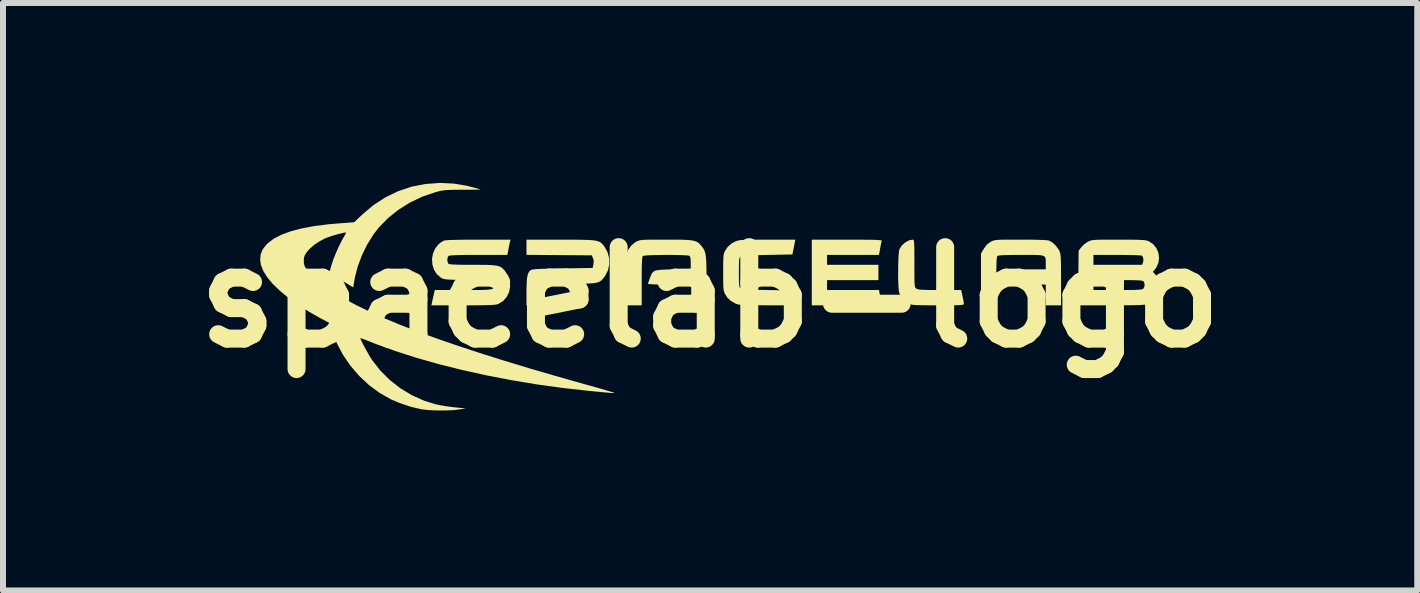
<source format=kicad_pcb>
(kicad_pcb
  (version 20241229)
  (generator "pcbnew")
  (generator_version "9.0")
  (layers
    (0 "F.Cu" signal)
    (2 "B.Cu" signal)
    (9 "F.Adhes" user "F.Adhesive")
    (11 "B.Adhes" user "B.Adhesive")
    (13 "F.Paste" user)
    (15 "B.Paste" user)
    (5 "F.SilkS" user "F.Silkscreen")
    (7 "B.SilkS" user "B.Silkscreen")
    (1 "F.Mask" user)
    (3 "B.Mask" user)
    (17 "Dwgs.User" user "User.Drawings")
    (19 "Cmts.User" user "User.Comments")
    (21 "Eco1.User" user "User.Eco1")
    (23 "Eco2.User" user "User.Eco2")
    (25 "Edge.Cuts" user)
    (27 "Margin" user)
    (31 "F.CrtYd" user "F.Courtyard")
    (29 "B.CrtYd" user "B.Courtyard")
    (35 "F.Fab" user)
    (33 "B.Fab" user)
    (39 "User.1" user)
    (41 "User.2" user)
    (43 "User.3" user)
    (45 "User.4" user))
  (footprint "spacelab-logo"
    (layer "F.Cu")
    (at 8.788 1.905)
    (property "Reference" "spacelab-logo" (at 0 0 0) (layer "F.SilkS") (effects (font (size 1.524 1.524) (thickness 0.3))))
    (attr board_only exclude_from_pos_files exclude_from_bom)
    (fp_poly (pts (xy 2.436 -0.96) (xy 2.562 -0.959) (xy 2.662 -0.958) (xy 2.739 -0.957) (xy 2.796 -0.954) (xy 2.833 -0.951) (xy 2.855 -0.947) (xy 2.862 -0.943) (xy 2.862 -0.941) (xy 2.856 -0.918) (xy 2.846 -0.874) (xy 2.836 -0.819) (xy 2.835 -0.814) (xy 2.816 -0.705) (xy 1.95 -0.705) (xy 1.95 -0.54) (xy 2.806 -0.54) (xy 2.806 -0.285) (xy 1.95 -0.285) (xy 1.95 -0.12) (xy 2.816 -0.12) (xy 2.835 -0.011) (xy 2.846 0.045) (xy 2.855 0.09) (xy 2.861 0.115) (xy 2.862 0.116) (xy 2.858 0.121) (xy 2.84 0.125) (xy 2.807 0.128) (xy 2.756 0.131) (xy 2.684 0.133) (xy 2.59 0.134) (xy 2.471 0.135) (xy 2.325 0.135) (xy 2.282 0.135) (xy 1.695 0.135) (xy 1.695 -0.96) (xy 2.282 -0.96)) (stroke (width 0) (type solid)) (fill yes) (layer "F.SilkS"))
    (fp_poly (pts (xy -2.494 -0.96) (xy -2.338 -0.96) (xy -2.209 -0.959) (xy -2.104 -0.957) (xy -2.02 -0.954) (xy -1.954 -0.949) (xy -1.903 -0.942) (xy -1.864 -0.932) (xy -1.835 -0.919) (xy -1.811 -0.902) (xy -1.79 -0.881) (xy -1.77 -0.856) (xy -1.766 -0.85) (xy -1.712 -0.757) (xy -1.684 -0.655) (xy -1.681 -0.549) (xy -1.703 -0.447) (xy -1.751 -0.354) (xy -1.76 -0.342) (xy -1.785 -0.31) (xy -1.808 -0.285) (xy -1.833 -0.265) (xy -1.864 -0.25) (xy -1.904 -0.24) (xy -1.957 -0.233) (xy -2.026 -0.228) (xy -2.115 -0.226) (xy -2.227 -0.225) (xy -2.352 -0.225) (xy -2.791 -0.225) (xy -2.791 0.135) (xy -3.061 0.135) (xy -3.061 -0.098) (xy -3.059 -0.205) (xy -3.055 -0.287) (xy -3.047 -0.348) (xy -3.035 -0.393) (xy -3.017 -0.426) (xy -2.993 -0.45) (xy -2.981 -0.456) (xy -2.96 -0.462) (xy -2.927 -0.466) (xy -2.879 -0.47) (xy -2.812 -0.473) (xy -2.725 -0.475) (xy -2.614 -0.478) (xy -2.476 -0.48) (xy -2.462 -0.48) (xy -1.958 -0.488) (xy -1.945 -0.549) (xy -1.94 -0.608) (xy -1.953 -0.654) (xy -1.973 -0.698) (xy -3.061 -0.706) (xy -3.061 -0.96)) (stroke (width 0) (type solid)) (fill yes) (layer "F.SilkS"))
    (fp_poly (pts (xy 3.385 -0.959) (xy 3.392 -0.953) (xy 3.397 -0.94) (xy 3.401 -0.915) (xy 3.403 -0.875) (xy 3.405 -0.818) (xy 3.405 -0.739) (xy 3.406 -0.636) (xy 3.406 -0.563) (xy 3.406 -0.444) (xy 3.406 -0.351) (xy 3.407 -0.281) (xy 3.409 -0.231) (xy 3.412 -0.196) (xy 3.416 -0.173) (xy 3.422 -0.159) (xy 3.431 -0.15) (xy 3.439 -0.143) (xy 3.454 -0.136) (xy 3.478 -0.13) (xy 3.513 -0.126) (xy 3.564 -0.123) (xy 3.634 -0.121) (xy 3.728 -0.12) (xy 3.829 -0.12) (xy 4.185 -0.12) (xy 4.193 -0.086) (xy 4.211 -0.003) (xy 4.223 0.055) (xy 4.229 0.092) (xy 4.23 0.109) (xy 4.229 0.116) (xy 4.221 0.122) (xy 4.205 0.127) (xy 4.177 0.13) (xy 4.133 0.133) (xy 4.071 0.134) (xy 3.988 0.135) (xy 3.879 0.135) (xy 3.799 0.135) (xy 3.674 0.135) (xy 3.574 0.134) (xy 3.497 0.133) (xy 3.439 0.131) (xy 3.396 0.128) (xy 3.364 0.124) (xy 3.34 0.118) (xy 3.319 0.11) (xy 3.304 0.103) (xy 3.229 0.05) (xy 3.174 -0.025) (xy 3.153 -0.074) (xy 3.146 -0.11) (xy 3.141 -0.169) (xy 3.137 -0.246) (xy 3.135 -0.335) (xy 3.135 -0.43) (xy 3.136 -0.526) (xy 3.138 -0.615) (xy 3.142 -0.694) (xy 3.148 -0.755) (xy 3.154 -0.794) (xy 3.156 -0.799) (xy 3.195 -0.861) (xy 3.251 -0.912) (xy 3.315 -0.948) (xy 3.377 -0.96)) (stroke (width 0) (type solid)) (fill yes) (layer "F.SilkS"))
    (fp_poly (pts (xy 1.372 -0.713) (xy 0.951 -0.705) (xy 0.819 -0.702) (xy 0.716 -0.7) (xy 0.636 -0.696) (xy 0.578 -0.692) (xy 0.538 -0.688) (xy 0.514 -0.682) (xy 0.505 -0.677) (xy 0.495 -0.665) (xy 0.489 -0.646) (xy 0.484 -0.613) (xy 0.482 -0.563) (xy 0.48 -0.492) (xy 0.48 -0.413) (xy 0.48 -0.32) (xy 0.482 -0.252) (xy 0.485 -0.206) (xy 0.49 -0.175) (xy 0.497 -0.157) (xy 0.505 -0.148) (xy 0.519 -0.142) (xy 0.547 -0.136) (xy 0.592 -0.132) (xy 0.656 -0.128) (xy 0.742 -0.125) (xy 0.854 -0.122) (xy 0.951 -0.12) (xy 1.372 -0.113) (xy 1.396 0.011) (xy 1.421 0.135) (xy 0.954 0.135) (xy 0.823 0.134) (xy 0.717 0.134) (xy 0.635 0.133) (xy 0.572 0.131) (xy 0.525 0.128) (xy 0.489 0.124) (xy 0.462 0.119) (xy 0.44 0.112) (xy 0.42 0.104) (xy 0.344 0.06) (xy 0.287 0.006) (xy 0.25 -0.053) (xy 0.239 -0.075) (xy 0.231 -0.099) (xy 0.225 -0.128) (xy 0.221 -0.168) (xy 0.219 -0.224) (xy 0.218 -0.3) (xy 0.218 -0.4) (xy 0.218 -0.413) (xy 0.218 -0.516) (xy 0.219 -0.594) (xy 0.221 -0.651) (xy 0.224 -0.693) (xy 0.23 -0.724) (xy 0.238 -0.748) (xy 0.248 -0.77) (xy 0.25 -0.773) (xy 0.297 -0.843) (xy 0.357 -0.895) (xy 0.42 -0.929) (xy 0.441 -0.938) (xy 0.463 -0.944) (xy 0.49 -0.95) (xy 0.525 -0.954) (xy 0.573 -0.956) (xy 0.636 -0.958) (xy 0.719 -0.959) (xy 0.825 -0.96) (xy 0.954 -0.96) (xy 1.421 -0.96)) (stroke (width 0) (type solid)) (fill yes) (layer "F.SilkS"))
    (fp_poly (pts (xy 5.313 -0.96) (xy 5.43 -0.958) (xy 5.525 -0.955) (xy 5.595 -0.952) (xy 5.639 -0.947) (xy 5.651 -0.944) (xy 5.707 -0.912) (xy 5.762 -0.861) (xy 5.808 -0.8) (xy 5.823 -0.773) (xy 5.831 -0.752) (xy 5.837 -0.729) (xy 5.842 -0.698) (xy 5.846 -0.657) (xy 5.848 -0.601) (xy 5.85 -0.527) (xy 5.85 -0.431) (xy 5.851 -0.309) (xy 5.851 -0.289) (xy 5.851 0.135) (xy 5.596 0.135) (xy 5.596 -0.21) (xy 5.234 -0.21) (xy 5.117 -0.21) (xy 5.026 -0.211) (xy 4.96 -0.213) (xy 4.915 -0.216) (xy 4.889 -0.221) (xy 4.88 -0.226) (xy 4.88 -0.229) (xy 4.888 -0.253) (xy 4.902 -0.295) (xy 4.912 -0.326) (xy 4.928 -0.37) (xy 4.945 -0.404) (xy 4.967 -0.429) (xy 4.998 -0.446) (xy 5.042 -0.456) (xy 5.104 -0.462) (xy 5.187 -0.465) (xy 5.296 -0.465) (xy 5.306 -0.465) (xy 5.596 -0.465) (xy 5.596 -0.556) (xy 5.596 -0.6) (xy 5.595 -0.635) (xy 5.589 -0.661) (xy 5.574 -0.679) (xy 5.549 -0.692) (xy 5.508 -0.7) (xy 5.449 -0.704) (xy 5.369 -0.705) (xy 5.264 -0.705) (xy 5.186 -0.705) (xy 5.057 -0.705) (xy 4.957 -0.703) (xy 4.881 -0.701) (xy 4.83 -0.697) (xy 4.799 -0.692) (xy 4.789 -0.687) (xy 4.783 -0.672) (xy 4.778 -0.637) (xy 4.775 -0.581) (xy 4.773 -0.502) (xy 4.771 -0.396) (xy 4.771 -0.267) (xy 4.771 0.135) (xy 4.516 0.135) (xy 4.516 -0.729) (xy 4.565 -0.81) (xy 4.614 -0.877) (xy 4.672 -0.921) (xy 4.68 -0.925) (xy 4.7 -0.936) (xy 4.719 -0.943) (xy 4.743 -0.949) (xy 4.774 -0.954) (xy 4.815 -0.957) (xy 4.872 -0.959) (xy 4.947 -0.96) (xy 5.044 -0.96) (xy 5.168 -0.96) (xy 5.177 -0.96)) (stroke (width 0) (type solid)) (fill yes) (layer "F.SilkS"))
    (fp_poly (pts (xy -0.595 -0.96) (xy -0.486 -0.959) (xy -0.399 -0.956) (xy -0.331 -0.951) (xy -0.279 -0.943) (xy -0.24 -0.932) (xy -0.208 -0.916) (xy -0.182 -0.895) (xy -0.157 -0.869) (xy -0.139 -0.847) (xy -0.117 -0.819) (xy -0.099 -0.789) (xy -0.086 -0.756) (xy -0.076 -0.715) (xy -0.069 -0.661) (xy -0.064 -0.593) (xy -0.061 -0.505) (xy -0.06 -0.394) (xy -0.06 -0.272) (xy -0.06 0.135) (xy -0.315 0.135) (xy -0.315 -0.21) (xy -0.675 -0.21) (xy -0.781 -0.211) (xy -0.873 -0.212) (xy -0.948 -0.215) (xy -1.002 -0.218) (xy -1.031 -0.221) (xy -1.035 -0.224) (xy -1.03 -0.244) (xy -1.017 -0.283) (xy -1.003 -0.321) (xy -0.986 -0.365) (xy -0.97 -0.398) (xy -0.95 -0.422) (xy -0.922 -0.439) (xy -0.883 -0.45) (xy -0.827 -0.457) (xy -0.751 -0.461) (xy -0.651 -0.464) (xy -0.617 -0.465) (xy -0.323 -0.473) (xy -0.323 -0.574) (xy -0.325 -0.636) (xy -0.332 -0.673) (xy -0.345 -0.69) (xy -0.368 -0.696) (xy -0.415 -0.699) (xy -0.481 -0.702) (xy -0.562 -0.704) (xy -0.653 -0.705) (xy -0.747 -0.705) (xy -0.841 -0.704) (xy -0.929 -0.702) (xy -1.006 -0.7) (xy -1.068 -0.696) (xy -1.108 -0.691) (xy -1.122 -0.687) (xy -1.128 -0.672) (xy -1.133 -0.637) (xy -1.136 -0.581) (xy -1.139 -0.502) (xy -1.14 -0.396) (xy -1.14 -0.267) (xy -1.14 0.135) (xy -1.41 0.135) (xy -1.41 -0.259) (xy -1.409 -0.368) (xy -1.408 -0.47) (xy -1.405 -0.56) (xy -1.403 -0.634) (xy -1.399 -0.687) (xy -1.396 -0.712) (xy -1.364 -0.792) (xy -1.312 -0.864) (xy -1.246 -0.918) (xy -1.231 -0.926) (xy -1.21 -0.936) (xy -1.19 -0.944) (xy -1.165 -0.95) (xy -1.133 -0.954) (xy -1.09 -0.957) (xy -1.031 -0.959) (xy -0.954 -0.96) (xy -0.854 -0.96) (xy -0.731 -0.96)) (stroke (width 0) (type solid)) (fill yes) (layer "F.SilkS"))
    (fp_poly (pts (xy 6.811 -0.96) (xy 6.94 -0.96) (xy 7.043 -0.959) (xy 7.122 -0.958) (xy 7.183 -0.955) (xy 7.229 -0.952) (xy 7.262 -0.948) (xy 7.288 -0.942) (xy 7.308 -0.935) (xy 7.315 -0.932) (xy 7.387 -0.884) (xy 7.441 -0.817) (xy 7.474 -0.739) (xy 7.485 -0.654) (xy 7.473 -0.57) (xy 7.436 -0.491) (xy 7.418 -0.467) (xy 7.381 -0.422) (xy 7.419 -0.384) (xy 7.469 -0.314) (xy 7.496 -0.232) (xy 7.501 -0.144) (xy 7.483 -0.059) (xy 7.442 0.018) (xy 7.409 0.056) (xy 7.387 0.075) (xy 7.365 0.091) (xy 7.34 0.104) (xy 7.309 0.114) (xy 7.269 0.122) (xy 7.217 0.127) (xy 7.149 0.131) (xy 7.063 0.133) (xy 6.955 0.134) (xy 6.823 0.135) (xy 6.699 0.135) (xy 6.135 0.135) (xy 6.137 -0.12) (xy 6.391 -0.12) (xy 6.795 -0.12) (xy 6.918 -0.12) (xy 7.015 -0.121) (xy 7.088 -0.122) (xy 7.141 -0.125) (xy 7.179 -0.128) (xy 7.203 -0.133) (xy 7.217 -0.139) (xy 7.223 -0.144) (xy 7.244 -0.185) (xy 7.24 -0.235) (xy 7.231 -0.256) (xy 7.225 -0.265) (xy 7.215 -0.271) (xy 7.198 -0.276) (xy 7.17 -0.28) (xy 7.128 -0.282) (xy 7.068 -0.284) (xy 6.987 -0.285) (xy 6.882 -0.285) (xy 6.803 -0.285) (xy 6.391 -0.285) (xy 6.391 -0.12) (xy 6.137 -0.12) (xy 6.139 -0.321) (xy 6.143 -0.705) (xy 6.391 -0.705) (xy 6.391 -0.54) (xy 7.202 -0.54) (xy 7.217 -0.58) (xy 7.225 -0.627) (xy 7.215 -0.67) (xy 7.196 -0.694) (xy 7.177 -0.697) (xy 7.132 -0.699) (xy 7.065 -0.702) (xy 6.981 -0.703) (xy 6.884 -0.705) (xy 6.785 -0.705) (xy 6.391 -0.705) (xy 6.143 -0.705) (xy 6.144 -0.777) (xy 6.19 -0.835) (xy 6.233 -0.879) (xy 6.286 -0.918) (xy 6.302 -0.926) (xy 6.321 -0.936) (xy 6.342 -0.944) (xy 6.365 -0.95) (xy 6.397 -0.954) (xy 6.439 -0.957) (xy 6.497 -0.959) (xy 6.572 -0.959) (xy 6.671 -0.96) (xy 6.795 -0.96)) (stroke (width 0) (type solid)) (fill yes) (layer "F.SilkS"))
    (fp_poly (pts (xy -3.335 -0.926) (xy -3.343 -0.894) (xy -3.353 -0.844) (xy -3.362 -0.799) (xy -3.38 -0.705) (xy -3.862 -0.705) (xy -4.007 -0.705) (xy -4.124 -0.704) (xy -4.215 -0.702) (xy -4.283 -0.699) (xy -4.329 -0.696) (xy -4.355 -0.691) (xy -4.363 -0.687) (xy -4.376 -0.66) (xy -4.381 -0.623) (xy -4.375 -0.584) (xy -4.363 -0.558) (xy -4.347 -0.552) (xy -4.312 -0.547) (xy -4.255 -0.544) (xy -4.175 -0.542) (xy -4.068 -0.54) (xy -3.957 -0.54) (xy -3.829 -0.54) (xy -3.726 -0.539) (xy -3.646 -0.536) (xy -3.585 -0.53) (xy -3.538 -0.522) (xy -3.502 -0.51) (xy -3.474 -0.493) (xy -3.448 -0.47) (xy -3.423 -0.442) (xy -3.418 -0.436) (xy -3.366 -0.356) (xy -3.338 -0.267) (xy -3.334 -0.175) (xy -3.351 -0.087) (xy -3.39 -0.006) (xy -3.448 0.061) (xy -3.525 0.11) (xy -3.529 0.112) (xy -3.548 0.118) (xy -3.575 0.123) (xy -3.612 0.127) (xy -3.662 0.13) (xy -3.728 0.132) (xy -3.815 0.134) (xy -3.923 0.135) (xy -4.058 0.135) (xy -4.116 0.135) (xy -4.647 0.135) (xy -4.626 0.041) (xy -4.614 -0.014) (xy -4.603 -0.061) (xy -4.598 -0.086) (xy -4.59 -0.12) (xy -4.112 -0.12) (xy -3.974 -0.12) (xy -3.863 -0.12) (xy -3.776 -0.122) (xy -3.711 -0.125) (xy -3.664 -0.13) (xy -3.632 -0.138) (xy -3.613 -0.149) (xy -3.604 -0.164) (xy -3.601 -0.183) (xy -3.602 -0.208) (xy -3.603 -0.22) (xy -3.608 -0.278) (xy -4.021 -0.285) (xy -4.143 -0.287) (xy -4.239 -0.29) (xy -4.313 -0.292) (xy -4.367 -0.295) (xy -4.407 -0.299) (xy -4.436 -0.304) (xy -4.458 -0.311) (xy -4.476 -0.319) (xy -4.49 -0.328) (xy -4.557 -0.386) (xy -4.604 -0.461) (xy -4.63 -0.547) (xy -4.636 -0.638) (xy -4.62 -0.729) (xy -4.583 -0.813) (xy -4.529 -0.881) (xy -4.488 -0.914) (xy -4.447 -0.939) (xy -4.436 -0.944) (xy -4.408 -0.949) (xy -4.351 -0.953) (xy -4.267 -0.956) (xy -4.158 -0.958) (xy -4.024 -0.96) (xy -3.867 -0.96) (xy -3.327 -0.96)) (stroke (width 0) (type solid)) (fill yes) (layer "F.SilkS"))
    (fp_poly (pts (xy -4.27 -1.894) (xy -4.06 -1.859) (xy -3.93 -1.826) (xy -3.822 -1.793) (xy -4.128 -1.792) (xy -4.234 -1.791) (xy -4.316 -1.79) (xy -4.38 -1.787) (xy -4.432 -1.783) (xy -4.477 -1.776) (xy -4.523 -1.766) (xy -4.574 -1.752) (xy -4.579 -1.751) (xy -4.796 -1.677) (xy -5.003 -1.579) (xy -5.194 -1.459) (xy -5.368 -1.32) (xy -5.521 -1.164) (xy -5.611 -1.048) (xy -5.715 -0.882) (xy -5.804 -0.7) (xy -5.875 -0.51) (xy -5.923 -0.323) (xy -5.93 -0.281) (xy -5.95 -0.164) (xy -6.114 -0.263) (xy -6.18 -0.302) (xy -6.239 -0.339) (xy -6.285 -0.368) (xy -6.312 -0.387) (xy -6.313 -0.387) (xy -6.347 -0.413) (xy -6.309 -0.545) (xy -6.277 -0.64) (xy -6.233 -0.749) (xy -6.183 -0.859) (xy -6.132 -0.96) (xy -6.099 -1.016) (xy -6.079 -1.053) (xy -6.07 -1.076) (xy -6.072 -1.08) (xy -6.104 -1.075) (xy -6.157 -1.063) (xy -6.222 -1.046) (xy -6.289 -1.027) (xy -6.352 -1.006) (xy -6.402 -0.988) (xy -6.412 -0.984) (xy -6.51 -0.933) (xy -6.601 -0.872) (xy -6.678 -0.805) (xy -6.723 -0.753) (xy -6.755 -0.704) (xy -6.77 -0.661) (xy -6.774 -0.608) (xy -6.774 -0.606) (xy -6.771 -0.558) (xy -6.759 -0.518) (xy -6.735 -0.473) (xy -6.715 -0.443) (xy -6.643 -0.357) (xy -6.543 -0.266) (xy -6.416 -0.17) (xy -6.264 -0.07) (xy -6.087 0.033) (xy -5.887 0.138) (xy -5.666 0.245) (xy -5.424 0.353) (xy -5.162 0.462) (xy -4.883 0.57) (xy -4.866 0.576) (xy -4.55 0.691) (xy -4.209 0.808) (xy -3.842 0.929) (xy -3.448 1.053) (xy -3.027 1.181) (xy -2.577 1.312) (xy -2.099 1.448) (xy -2.012 1.472) (xy -1.908 1.501) (xy -1.814 1.528) (xy -1.732 1.552) (xy -1.668 1.571) (xy -1.624 1.584) (xy -1.606 1.591) (xy -1.6 1.594) (xy -1.598 1.597) (xy -1.604 1.598) (xy -1.62 1.598) (xy -1.649 1.596) (xy -1.695 1.592) (xy -1.76 1.586) (xy -1.848 1.578) (xy -1.961 1.567) (xy -2.033 1.56) (xy -2.462 1.512) (xy -2.89 1.453) (xy -3.315 1.382) (xy -3.732 1.302) (xy -4.138 1.212) (xy -4.529 1.114) (xy -4.902 1.008) (xy -5.253 0.895) (xy -5.579 0.777) (xy -5.641 0.752) (xy -5.71 0.725) (xy -5.768 0.702) (xy -5.81 0.687) (xy -5.83 0.68) (xy -5.831 0.68) (xy -5.827 0.696) (xy -5.812 0.731) (xy -5.787 0.781) (xy -5.755 0.841) (xy -5.721 0.903) (xy -5.687 0.963) (xy -5.655 1.016) (xy -5.638 1.043) (xy -5.502 1.218) (xy -5.343 1.377) (xy -5.166 1.516) (xy -4.973 1.633) (xy -4.768 1.725) (xy -4.575 1.785) (xy -4.507 1.799) (xy -4.421 1.814) (xy -4.329 1.827) (xy -4.261 1.835) (xy -4.073 1.854) (xy -4.19 1.872) (xy -4.277 1.882) (xy -4.384 1.887) (xy -4.499 1.888) (xy -4.615 1.886) (xy -4.721 1.879) (xy -4.808 1.869) (xy -4.817 1.867) (xy -4.998 1.824) (xy -5.183 1.761) (xy -5.319 1.703) (xy -5.507 1.597) (xy -5.685 1.466) (xy -5.849 1.313) (xy -5.995 1.143) (xy -6.121 0.959) (xy -6.223 0.765) (xy -6.299 0.564) (xy -6.303 0.551) (xy -6.337 0.434) (xy -6.476 0.361) (xy -6.681 0.245) (xy -6.866 0.127) (xy -7.03 0.01) (xy -7.171 -0.106) (xy -7.289 -0.22) (xy -7.382 -0.331) (xy -7.449 -0.438) (xy -7.489 -0.54) (xy -7.501 -0.628) (xy -7.491 -0.719) (xy -7.458 -0.799) (xy -7.4 -0.874) (xy -7.371 -0.902) (xy -7.273 -0.976) (xy -7.146 -1.042) (xy -6.991 -1.099) (xy -6.809 -1.147) (xy -6.6 -1.186) (xy -6.365 -1.216) (xy -6.187 -1.231) (xy -5.934 -1.25) (xy -5.798 -1.379) (xy -5.613 -1.535) (xy -5.415 -1.664) (xy -5.205 -1.766) (xy -4.984 -1.841) (xy -4.753 -1.887) (xy -4.514 -1.905) (xy -4.487 -1.905)) (stroke (width 0) (type solid)) (fill yes) (layer "F.SilkS")))
  (gr_rect
    (start -3 -3)
    (end 20.577 6.794)
    (stroke (width 0.1) (type default))
    (fill no)
    (layer "Edge.Cuts")))
</source>
